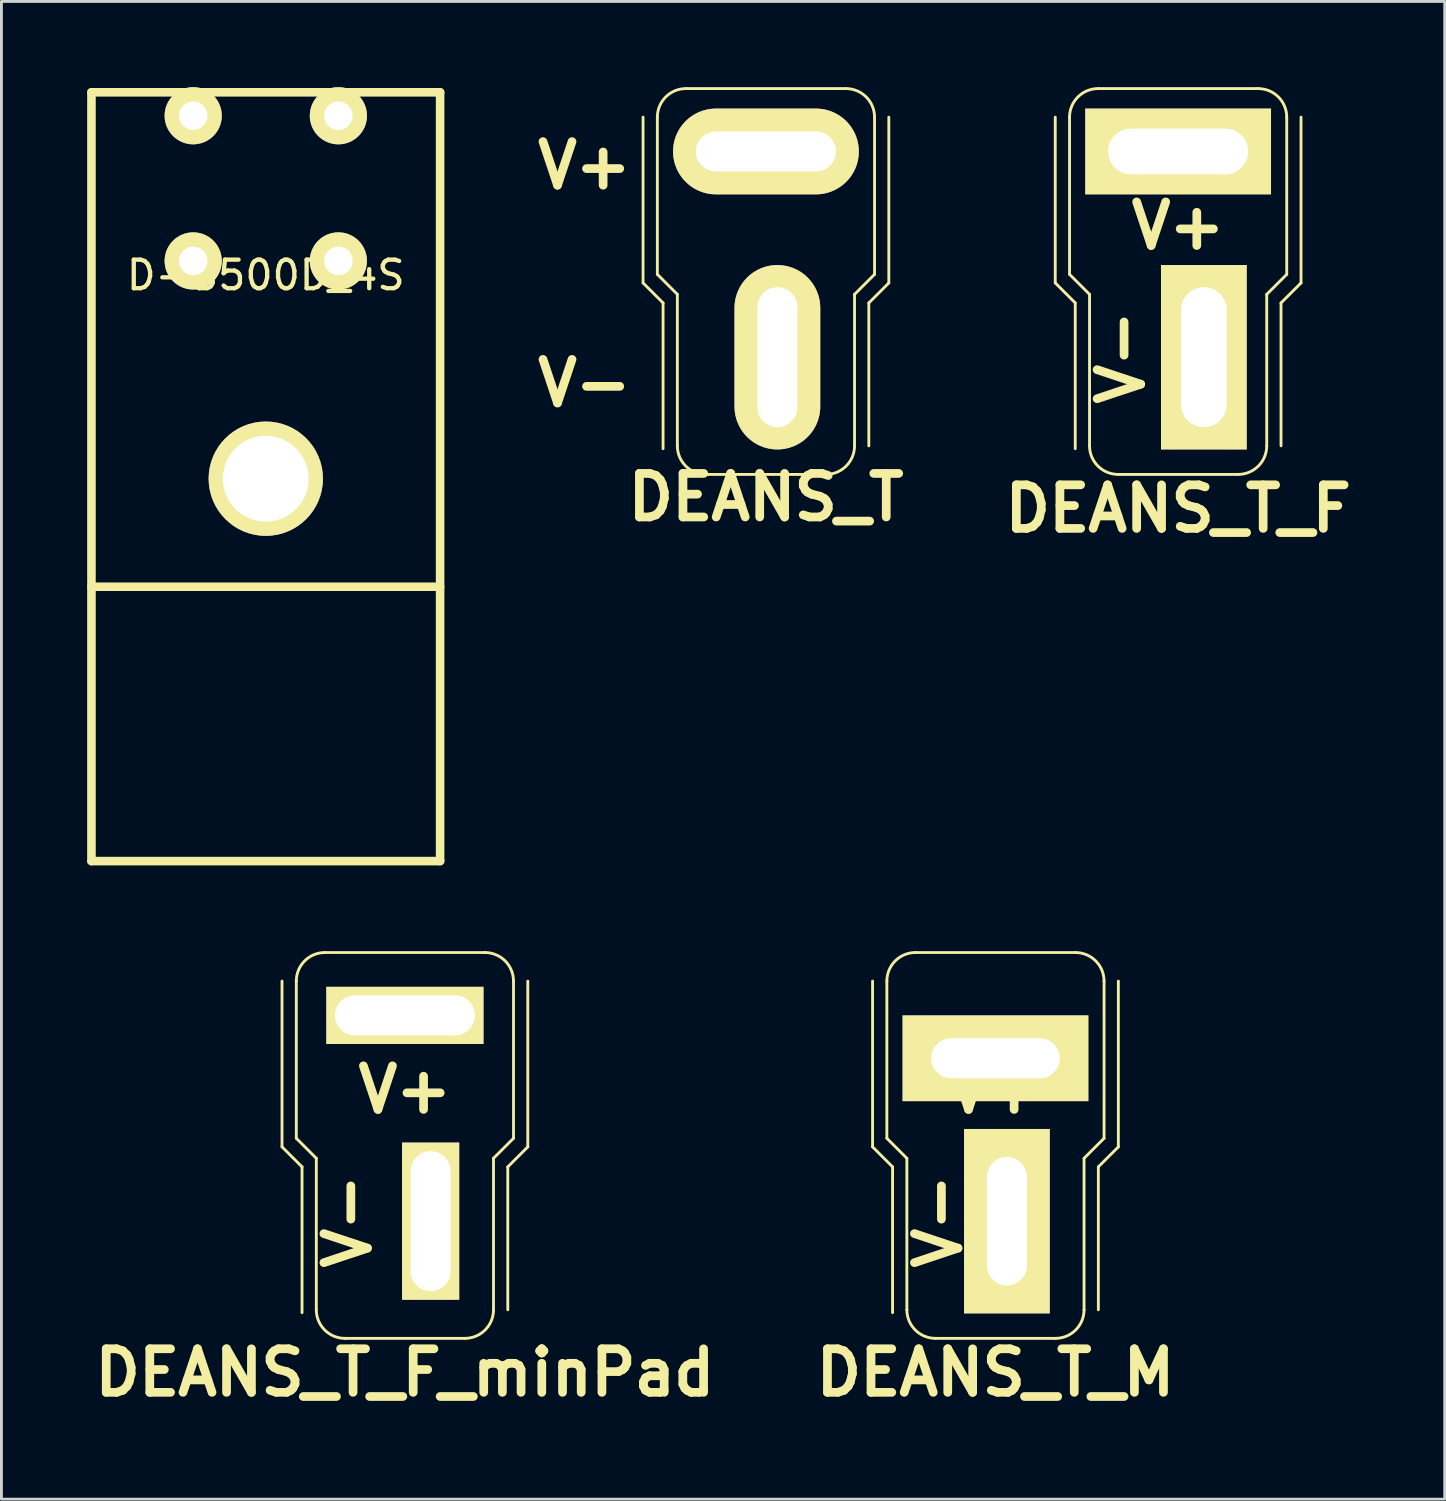
<source format=kicad_pcb>
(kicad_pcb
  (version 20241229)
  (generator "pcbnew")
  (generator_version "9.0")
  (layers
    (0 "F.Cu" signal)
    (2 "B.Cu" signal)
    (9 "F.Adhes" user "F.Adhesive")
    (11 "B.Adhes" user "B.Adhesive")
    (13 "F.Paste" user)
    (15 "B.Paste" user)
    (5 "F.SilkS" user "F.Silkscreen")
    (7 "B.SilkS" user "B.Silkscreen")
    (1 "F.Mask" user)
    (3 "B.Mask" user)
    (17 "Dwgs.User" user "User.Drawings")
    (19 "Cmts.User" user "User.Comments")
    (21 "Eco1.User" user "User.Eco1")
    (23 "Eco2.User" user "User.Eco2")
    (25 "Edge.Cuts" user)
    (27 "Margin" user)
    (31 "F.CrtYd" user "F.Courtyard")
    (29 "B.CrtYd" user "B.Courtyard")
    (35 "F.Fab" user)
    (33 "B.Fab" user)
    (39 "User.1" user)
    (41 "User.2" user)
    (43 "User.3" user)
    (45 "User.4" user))
  (footprint "DEANS_T_M"
    (layer "F.Cu")
    (at 31.782 36.78)
    (property "Reference" "DEANS_T_M" (at 0 8.2 0) (layer "F.SilkS") (effects (font (size 1.524 1.524) (thickness 0.305))))
    (attr through_hole)
    (fp_line (start -4.3 -5.5) (end -4.3 0.3) (stroke (width 0.1) (type solid)) (layer "F.SilkS"))
    (fp_line (start -4.3 0.3) (end -3.6 1) (stroke (width 0.1) (type solid)) (layer "F.SilkS"))
    (fp_line (start -3.8 -5.5) (end -3.8 0) (stroke (width 0.1) (type solid)) (layer "F.SilkS"))
    (fp_line (start -3.8 0) (end -3.1 0.7) (stroke (width 0.1) (type solid)) (layer "F.SilkS"))
    (fp_line (start -3.6 6.1) (end -3.6 1) (stroke (width 0.1) (type solid)) (layer "F.SilkS"))
    (fp_line (start -3.1 6) (end -3.1 0.7) (stroke (width 0.1) (type solid)) (layer "F.SilkS"))
    (fp_line (start 2.1 7) (end -2.1 7) (stroke (width 0.1) (type solid)) (layer "F.SilkS"))
    (fp_line (start 2.8 -6.5) (end -2.8 -6.5) (stroke (width 0.1) (type solid)) (layer "F.SilkS"))
    (fp_line (start 3.1 6) (end 3.1 0.7) (stroke (width 0.1) (type solid)) (layer "F.SilkS"))
    (fp_line (start 3.6 6) (end 3.6 1) (stroke (width 0.1) (type solid)) (layer "F.SilkS"))
    (fp_line (start 3.8 0) (end 3.1 0.7) (stroke (width 0.1) (type solid)) (layer "F.SilkS"))
    (fp_line (start 3.8 0) (end 3.8 -5.5) (stroke (width 0.1) (type solid)) (layer "F.SilkS"))
    (fp_line (start 4.3 -5.5) (end 4.3 0.3) (stroke (width 0.1) (type solid)) (layer "F.SilkS"))
    (fp_line (start 4.3 0.3) (end 3.6 1) (stroke (width 0.1) (type solid)) (layer "F.SilkS"))
    (fp_arc (start -3.8 -5.5) (mid -3.507107 -6.207107) (end -2.8 -6.5) (stroke (width 0.1) (type solid)) (layer "F.SilkS"))
    (fp_arc (start -2.1 7) (mid -2.807107 6.707107) (end -3.1 6) (stroke (width 0.1) (type solid)) (layer "F.SilkS"))
    (fp_arc (start 2.8 -6.5) (mid 3.507107 -6.207107) (end 3.8 -5.5) (stroke (width 0.1) (type solid)) (layer "F.SilkS"))
    (fp_arc (start 3.1 6) (mid 2.807107 6.707107) (end 2.1 7) (stroke (width 0.1) (type solid)) (layer "F.SilkS"))
    (fp_text user "V+" (at 0 -1.7 180) (layer "F.SilkS") (effects (font (size 1.524 1.524) (thickness 0.305))))
    (fp_text user "V-" (at -2 2.9 90) (layer "F.SilkS") (effects (font (size 1.524 1.524) (thickness 0.305))))
    (pad "1" thru_hole rect (at 0 -2.8) (size 6.5 3) (drill oval 4.5 1.4) (layers "*.Cu" "*.Mask" "F.SilkS"))
    (pad "2" thru_hole rect (at 0.4 2.9) (size 3 6.452) (drill oval 1.4 4.5) (layers "*.Cu" "*.Mask" "F.SilkS")))
  (footprint "DEANS_T"
    (layer "F.Cu")
    (at 23.751 6.55)
    (property "Reference" "DEANS_T" (at 0 7.8 0) (layer "F.SilkS") (effects (font (size 1.524 1.524) (thickness 0.305))))
    (attr through_hole)
    (fp_line (start -4.3 -5.5) (end -4.3 0.3) (stroke (width 0.1) (type solid)) (layer "F.SilkS"))
    (fp_line (start -4.3 0.3) (end -3.6 1) (stroke (width 0.1) (type solid)) (layer "F.SilkS"))
    (fp_line (start -3.8 -5.5) (end -3.8 0) (stroke (width 0.1) (type solid)) (layer "F.SilkS"))
    (fp_line (start -3.8 0) (end -3.1 0.7) (stroke (width 0.1) (type solid)) (layer "F.SilkS"))
    (fp_line (start -3.6 6.1) (end -3.6 1) (stroke (width 0.1) (type solid)) (layer "F.SilkS"))
    (fp_line (start -3.1 6) (end -3.1 0.7) (stroke (width 0.1) (type solid)) (layer "F.SilkS"))
    (fp_line (start 2.1 7) (end -2.1 7) (stroke (width 0.1) (type solid)) (layer "F.SilkS"))
    (fp_line (start 2.8 -6.5) (end -2.8 -6.5) (stroke (width 0.1) (type solid)) (layer "F.SilkS"))
    (fp_line (start 3.1 6) (end 3.1 0.7) (stroke (width 0.1) (type solid)) (layer "F.SilkS"))
    (fp_line (start 3.6 6) (end 3.6 1) (stroke (width 0.1) (type solid)) (layer "F.SilkS"))
    (fp_line (start 3.8 0) (end 3.1 0.7) (stroke (width 0.1) (type solid)) (layer "F.SilkS"))
    (fp_line (start 3.8 0) (end 3.8 -5.5) (stroke (width 0.1) (type solid)) (layer "F.SilkS"))
    (fp_line (start 4.3 -5.5) (end 4.3 0.3) (stroke (width 0.1) (type solid)) (layer "F.SilkS"))
    (fp_line (start 4.3 0.3) (end 3.6 1) (stroke (width 0.1) (type solid)) (layer "F.SilkS"))
    (fp_arc (start -3.8 -5.5) (mid -3.507107 -6.207107) (end -2.8 -6.5) (stroke (width 0.1) (type solid)) (layer "F.SilkS"))
    (fp_arc (start -2.1 7) (mid -2.807107 6.707107) (end -3.1 6) (stroke (width 0.1) (type solid)) (layer "F.SilkS"))
    (fp_arc (start 2.8 -6.5) (mid 3.507107 -6.207107) (end 3.8 -5.5) (stroke (width 0.1) (type solid)) (layer "F.SilkS"))
    (fp_arc (start 3.1 6) (mid 2.807107 6.707107) (end 2.1 7) (stroke (width 0.1) (type solid)) (layer "F.SilkS"))
    (fp_text user "V+" (at -6.35 -3.81 0) (layer "F.SilkS") (effects (font (size 1.524 1.524) (thickness 0.305))))
    (fp_text user "V-" (at -6.35 3.81 0) (layer "F.SilkS") (effects (font (size 1.524 1.524) (thickness 0.305))))
    (pad "1" thru_hole oval (at 0 -4.3) (size 6.5 3) (drill oval 4.9 1.4) (layers "*.Cu" "*.Mask" "F.SilkS"))
    (pad "2" thru_hole oval (at 0.4 2.9) (size 3 6.452) (drill oval 1.4 4.9) (layers "*.Cu" "*.Mask" "F.SilkS")))
  (footprint "DEANS_T_F"
    (layer "F.Cu")
    (at 38.174 6.55)
    (property "Reference" "DEANS_T_F" (at 0 8.2 0) (layer "F.SilkS") (effects (font (size 1.524 1.524) (thickness 0.305))))
    (attr through_hole)
    (fp_line (start -4.3 -5.5) (end -4.3 0.3) (stroke (width 0.1) (type solid)) (layer "F.SilkS"))
    (fp_line (start -4.3 0.3) (end -3.6 1) (stroke (width 0.1) (type solid)) (layer "F.SilkS"))
    (fp_line (start -3.8 -5.5) (end -3.8 0) (stroke (width 0.1) (type solid)) (layer "F.SilkS"))
    (fp_line (start -3.8 0) (end -3.1 0.7) (stroke (width 0.1) (type solid)) (layer "F.SilkS"))
    (fp_line (start -3.6 6.1) (end -3.6 1) (stroke (width 0.1) (type solid)) (layer "F.SilkS"))
    (fp_line (start -3.1 6) (end -3.1 0.7) (stroke (width 0.1) (type solid)) (layer "F.SilkS"))
    (fp_line (start 2.1 7) (end -2.1 7) (stroke (width 0.1) (type solid)) (layer "F.SilkS"))
    (fp_line (start 2.8 -6.5) (end -2.8 -6.5) (stroke (width 0.1) (type solid)) (layer "F.SilkS"))
    (fp_line (start 3.1 6) (end 3.1 0.7) (stroke (width 0.1) (type solid)) (layer "F.SilkS"))
    (fp_line (start 3.6 6) (end 3.6 1) (stroke (width 0.1) (type solid)) (layer "F.SilkS"))
    (fp_line (start 3.8 0) (end 3.1 0.7) (stroke (width 0.1) (type solid)) (layer "F.SilkS"))
    (fp_line (start 3.8 0) (end 3.8 -5.5) (stroke (width 0.1) (type solid)) (layer "F.SilkS"))
    (fp_line (start 4.3 -5.5) (end 4.3 0.3) (stroke (width 0.1) (type solid)) (layer "F.SilkS"))
    (fp_line (start 4.3 0.3) (end 3.6 1) (stroke (width 0.1) (type solid)) (layer "F.SilkS"))
    (fp_arc (start -3.8 -5.5) (mid -3.507107 -6.207107) (end -2.8 -6.5) (stroke (width 0.1) (type solid)) (layer "F.SilkS"))
    (fp_arc (start -2.1 7) (mid -2.807107 6.707107) (end -3.1 6) (stroke (width 0.1) (type solid)) (layer "F.SilkS"))
    (fp_arc (start 2.8 -6.5) (mid 3.507107 -6.207107) (end 3.8 -5.5) (stroke (width 0.1) (type solid)) (layer "F.SilkS"))
    (fp_arc (start 3.1 6) (mid 2.807107 6.707107) (end 2.1 7) (stroke (width 0.1) (type solid)) (layer "F.SilkS"))
    (fp_text user "V+" (at 0 -1.7 180) (layer "F.SilkS") (effects (font (size 1.524 1.524) (thickness 0.305))))
    (fp_text user "V-" (at -2 2.9 90) (layer "F.SilkS") (effects (font (size 1.524 1.524) (thickness 0.305))))
    (pad "1" thru_hole rect (at 0 -4.3) (size 6.5 3) (drill oval 4.9 1.6) (layers "*.Cu" "*.Mask" "F.SilkS"))
    (pad "2" thru_hole rect (at 0.9 2.9) (size 3 6.452) (drill oval 1.6 4.9) (layers "*.Cu" "*.Mask" "F.SilkS")))
  (footprint "D-3500D_4S"
    (layer "F.Cu")
    (at 6.25 6.08)
    (property "Reference" "D-3500D_4S" (at 0 0.5 0) (layer "F.SilkS") (effects (font (size 1 1) (thickness 0.15))))
    (attr through_hole)
    (fp_line (start -6.1 -5.9) (end 6.1 -5.9) (stroke (width 0.3) (type solid)) (layer "F.SilkS"))
    (fp_line (start -6.1 21) (end -6.1 -5.9) (stroke (width 0.3) (type solid)) (layer "F.SilkS"))
    (fp_line (start 6.1 -5.9) (end 6.1 21) (stroke (width 0.3) (type solid)) (layer "F.SilkS"))
    (fp_line (start 6.1 11.4) (end -6.1 11.4) (stroke (width 0.3) (type solid)) (layer "F.SilkS"))
    (fp_line (start 6.1 21) (end -6.1 21) (stroke (width 0.3) (type solid)) (layer "F.SilkS"))
    (pad "" thru_hole circle (at 0 7.62) (size 4 4) (drill 3) (layers "*.Cu" "*.Mask" "F.SilkS"))
    (pad "1" thru_hole circle (at -2.54 0) (size 2 2) (drill 1) (layers "*.Cu" "*.Mask" "F.SilkS"))
    (pad "2" thru_hole circle (at -2.54 -5.08) (size 2 2) (drill 1) (layers "*.Cu" "*.Mask" "F.SilkS"))
    (pad "3" thru_hole circle (at 2.54 0) (size 2 2) (drill 1) (layers "*.Cu" "*.Mask" "F.SilkS"))
    (pad "4" thru_hole circle (at 2.54 -5.08) (size 2 2) (drill 1) (layers "*.Cu" "*.Mask" "F.SilkS")))
  (footprint "DEANS_T_F_minPad"
    (layer "F.Cu")
    (at 11.118 36.78)
    (property "Reference" "DEANS_T_F_minPad" (at 0 8.2 0) (layer "F.SilkS") (effects (font (size 1.524 1.524) (thickness 0.305))))
    (attr through_hole)
    (fp_line (start -4.3 -5.5) (end -4.3 0.3) (stroke (width 0.1) (type solid)) (layer "F.SilkS"))
    (fp_line (start -4.3 0.3) (end -3.6 1) (stroke (width 0.1) (type solid)) (layer "F.SilkS"))
    (fp_line (start -3.8 -5.5) (end -3.8 0) (stroke (width 0.1) (type solid)) (layer "F.SilkS"))
    (fp_line (start -3.8 0) (end -3.1 0.7) (stroke (width 0.1) (type solid)) (layer "F.SilkS"))
    (fp_line (start -3.6 6.1) (end -3.6 1) (stroke (width 0.1) (type solid)) (layer "F.SilkS"))
    (fp_line (start -3.1 6) (end -3.1 0.7) (stroke (width 0.1) (type solid)) (layer "F.SilkS"))
    (fp_line (start 2.1 7) (end -2.1 7) (stroke (width 0.1) (type solid)) (layer "F.SilkS"))
    (fp_line (start 2.8 -6.5) (end -2.8 -6.5) (stroke (width 0.1) (type solid)) (layer "F.SilkS"))
    (fp_line (start 3.1 6) (end 3.1 0.7) (stroke (width 0.1) (type solid)) (layer "F.SilkS"))
    (fp_line (start 3.6 6) (end 3.6 1) (stroke (width 0.1) (type solid)) (layer "F.SilkS"))
    (fp_line (start 3.8 0) (end 3.1 0.7) (stroke (width 0.1) (type solid)) (layer "F.SilkS"))
    (fp_line (start 3.8 0) (end 3.8 -5.5) (stroke (width 0.1) (type solid)) (layer "F.SilkS"))
    (fp_line (start 4.3 -5.5) (end 4.3 0.3) (stroke (width 0.1) (type solid)) (layer "F.SilkS"))
    (fp_line (start 4.3 0.3) (end 3.6 1) (stroke (width 0.1) (type solid)) (layer "F.SilkS"))
    (fp_arc (start -3.8 -5.5) (mid -3.507107 -6.207107) (end -2.8 -6.5) (stroke (width 0.1) (type solid)) (layer "F.SilkS"))
    (fp_arc (start -2.1 7) (mid -2.807107 6.707107) (end -3.1 6) (stroke (width 0.1) (type solid)) (layer "F.SilkS"))
    (fp_arc (start 2.8 -6.5) (mid 3.507107 -6.207107) (end 3.8 -5.5) (stroke (width 0.1) (type solid)) (layer "F.SilkS"))
    (fp_arc (start 3.1 6) (mid 2.807107 6.707107) (end 2.1 7) (stroke (width 0.1) (type solid)) (layer "F.SilkS"))
    (fp_text user "V-" (at -2 2.9 90) (layer "F.SilkS") (effects (font (size 1.524 1.524) (thickness 0.305))))
    (fp_text user "V+" (at 0 -1.7 180) (layer "F.SilkS") (effects (font (size 1.524 1.524) (thickness 0.305))))
    (pad "1" thru_hole rect (at 0 -4.3) (size 5.5 2) (drill oval 4.9 1.4) (layers "*.Cu" "*.Mask" "F.SilkS"))
    (pad "2" thru_hole rect (at 0.9 2.9) (size 2 5.5) (drill oval 1.4 4.9) (layers "*.Cu" "*.Mask" "F.SilkS")))
  (gr_rect
    (start -3 -3)
    (end 47.502 49.406)
    (stroke (width 0.1) (type default))
    (fill no)
    (layer "Edge.Cuts")))
</source>
